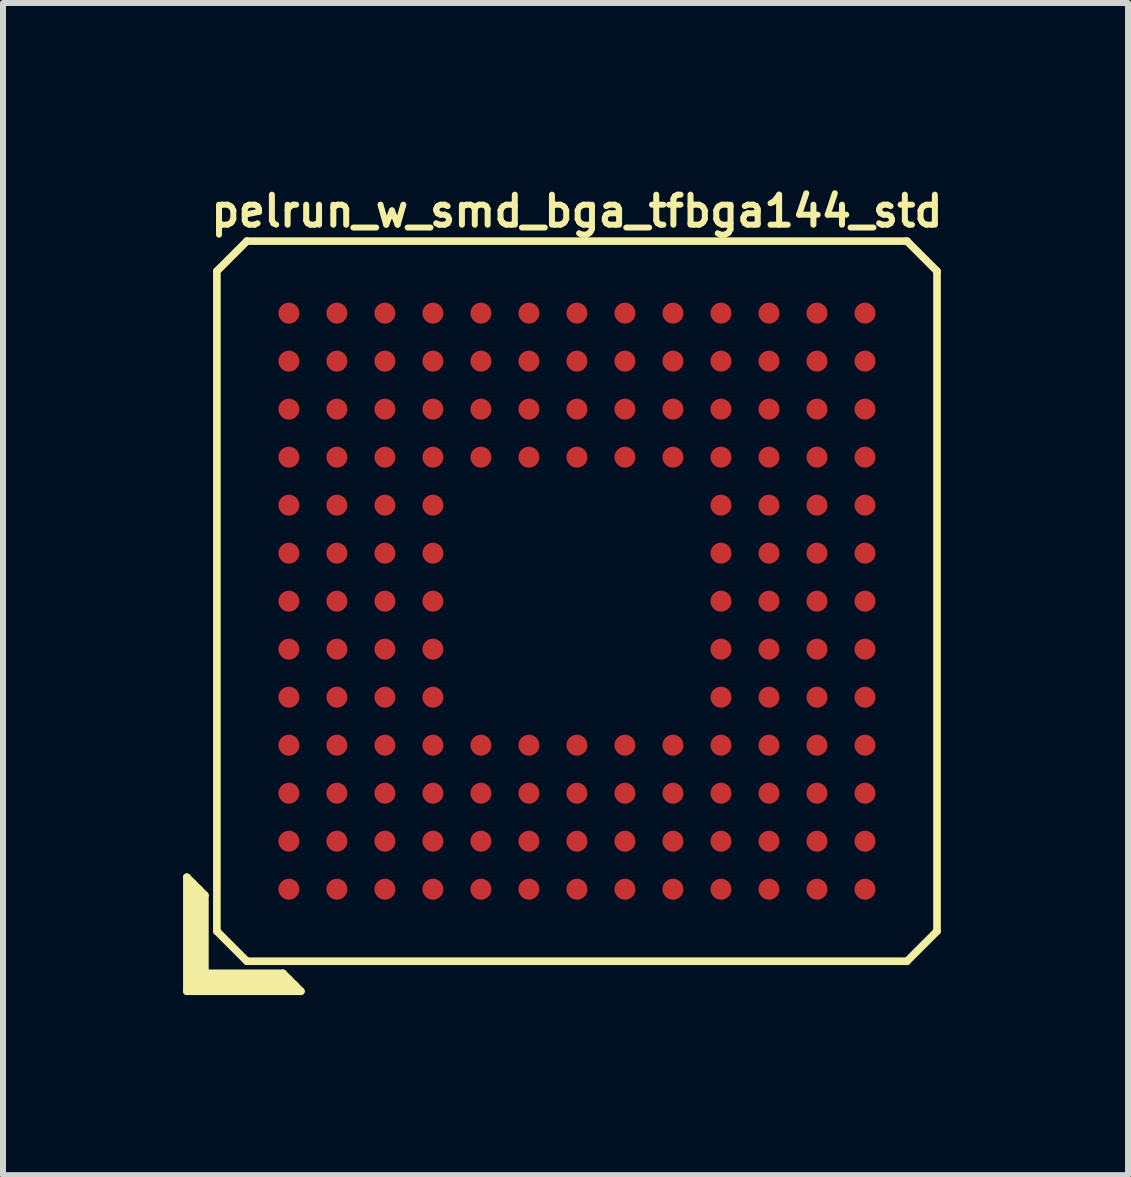
<source format=kicad_pcb>
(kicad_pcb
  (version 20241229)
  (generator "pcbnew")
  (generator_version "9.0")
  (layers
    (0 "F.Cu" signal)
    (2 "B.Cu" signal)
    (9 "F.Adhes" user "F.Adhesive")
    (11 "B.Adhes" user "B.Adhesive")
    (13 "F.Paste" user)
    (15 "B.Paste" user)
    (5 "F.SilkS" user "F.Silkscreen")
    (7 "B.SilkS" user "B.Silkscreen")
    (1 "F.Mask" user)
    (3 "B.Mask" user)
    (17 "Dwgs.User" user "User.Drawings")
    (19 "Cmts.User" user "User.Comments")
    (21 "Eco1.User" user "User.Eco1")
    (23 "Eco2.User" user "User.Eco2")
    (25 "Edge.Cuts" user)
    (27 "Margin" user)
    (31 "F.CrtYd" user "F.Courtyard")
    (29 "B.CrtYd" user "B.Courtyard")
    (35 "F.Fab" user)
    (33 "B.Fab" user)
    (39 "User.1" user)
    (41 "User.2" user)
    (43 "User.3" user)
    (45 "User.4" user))
  (footprint "pelrun_w_smd_bga_tfbga144_std"
    (layer "F.Cu")
    (at 6.564 6.968)
    (property "Reference" "pelrun_w_smd_bga_tfbga144_std" (at 0 -6.5 0) (layer "F.SilkS") (effects (font (size 0.5 0.5) (thickness 0.1))))
    (attr through_hole)
    (fp_line (start -6.5 4.6) (end -6.2 4.9) (stroke (width 0.127) (type solid)) (layer "F.SilkS"))
    (fp_line (start -6.5 6.5) (end -6.5 4.6) (stroke (width 0.127) (type solid)) (layer "F.SilkS"))
    (fp_line (start -6.4 6.4) (end -6.4 4.7) (stroke (width 0.127) (type solid)) (layer "F.SilkS"))
    (fp_line (start -6.3 4.8) (end -6.3 6.3) (stroke (width 0.127) (type solid)) (layer "F.SilkS"))
    (fp_line (start -6.3 6.3) (end -4.8 6.3) (stroke (width 0.127) (type solid)) (layer "F.SilkS"))
    (fp_line (start -6.2 4.9) (end -6.2 6.2) (stroke (width 0.127) (type solid)) (layer "F.SilkS"))
    (fp_line (start -6.2 6.2) (end -4.9 6.2) (stroke (width 0.127) (type solid)) (layer "F.SilkS"))
    (fp_line (start -6 -5.5) (end -5.5 -6) (stroke (width 0.127) (type solid)) (layer "F.SilkS"))
    (fp_line (start -6 5.5) (end -6 -5.5) (stroke (width 0.127) (type solid)) (layer "F.SilkS"))
    (fp_line (start -5.5 -6) (end 5.5 -6) (stroke (width 0.127) (type solid)) (layer "F.SilkS"))
    (fp_line (start -5.5 6) (end -6 5.5) (stroke (width 0.127) (type solid)) (layer "F.SilkS"))
    (fp_line (start -4.9 6.2) (end -4.6 6.5) (stroke (width 0.127) (type solid)) (layer "F.SilkS"))
    (fp_line (start -4.7 6.4) (end -6.4 6.4) (stroke (width 0.127) (type solid)) (layer "F.SilkS"))
    (fp_line (start -4.6 6.5) (end -6.5 6.5) (stroke (width 0.127) (type solid)) (layer "F.SilkS"))
    (fp_line (start 5.5 -6) (end 6 -5.5) (stroke (width 0.127) (type solid)) (layer "F.SilkS"))
    (fp_line (start 5.5 6) (end -5.5 6) (stroke (width 0.127) (type solid)) (layer "F.SilkS"))
    (fp_line (start 6 -5.5) (end 6 5.5) (stroke (width 0.127) (type solid)) (layer "F.SilkS"))
    (fp_line (start 6 5.5) (end 5.5 6) (stroke (width 0.127) (type solid)) (layer "F.SilkS"))
    (pad "A1" smd circle (at -4.8 4.8) (size 0.35 0.35) (layers "F.Cu" "F.Mask" "F.Paste"))
    (pad "A2" smd circle (at -4.8 4) (size 0.35 0.35) (layers "F.Cu" "F.Mask" "F.Paste"))
    (pad "A3" smd circle (at -4.8 3.2) (size 0.35 0.35) (layers "F.Cu" "F.Mask" "F.Paste"))
    (pad "A4" smd circle (at -4.8 2.4) (size 0.35 0.35) (layers "F.Cu" "F.Mask" "F.Paste"))
    (pad "A5" smd circle (at -4.8 1.6) (size 0.35 0.35) (layers "F.Cu" "F.Mask" "F.Paste"))
    (pad "A6" smd circle (at -4.8 0.8) (size 0.35 0.35) (layers "F.Cu" "F.Mask" "F.Paste"))
    (pad "A7" smd circle (at -4.8 0) (size 0.35 0.35) (layers "F.Cu" "F.Mask" "F.Paste"))
    (pad "A8" smd circle (at -4.8 -0.8) (size 0.35 0.35) (layers "F.Cu" "F.Mask" "F.Paste"))
    (pad "A9" smd circle (at -4.8 -1.6) (size 0.35 0.35) (layers "F.Cu" "F.Mask" "F.Paste"))
    (pad "A10" smd circle (at -4.8 -2.4) (size 0.35 0.35) (layers "F.Cu" "F.Mask" "F.Paste"))
    (pad "A11" smd circle (at -4.8 -3.2) (size 0.35 0.35) (layers "F.Cu" "F.Mask" "F.Paste"))
    (pad "A12" smd circle (at -4.8 -4) (size 0.35 0.35) (layers "F.Cu" "F.Mask" "F.Paste"))
    (pad "A13" smd circle (at -4.8 -4.8) (size 0.35 0.35) (layers "F.Cu" "F.Mask" "F.Paste"))
    (pad "B1" smd circle (at -4 4.8) (size 0.35 0.35) (layers "F.Cu" "F.Mask" "F.Paste"))
    (pad "B2" smd circle (at -4 4) (size 0.35 0.35) (layers "F.Cu" "F.Mask" "F.Paste"))
    (pad "B3" smd circle (at -4 3.2) (size 0.35 0.35) (layers "F.Cu" "F.Mask" "F.Paste"))
    (pad "B4" smd circle (at -4 2.4) (size 0.35 0.35) (layers "F.Cu" "F.Mask" "F.Paste"))
    (pad "B5" smd circle (at -4 1.6) (size 0.35 0.35) (layers "F.Cu" "F.Mask" "F.Paste"))
    (pad "B6" smd circle (at -4 0.8) (size 0.35 0.35) (layers "F.Cu" "F.Mask" "F.Paste"))
    (pad "B7" smd circle (at -4 0) (size 0.35 0.35) (layers "F.Cu" "F.Mask" "F.Paste"))
    (pad "B8" smd circle (at -4 -0.8) (size 0.35 0.35) (layers "F.Cu" "F.Mask" "F.Paste"))
    (pad "B9" smd circle (at -4 -1.6) (size 0.35 0.35) (layers "F.Cu" "F.Mask" "F.Paste"))
    (pad "B10" smd circle (at -4 -2.4) (size 0.35 0.35) (layers "F.Cu" "F.Mask" "F.Paste"))
    (pad "B11" smd circle (at -4 -3.2) (size 0.35 0.35) (layers "F.Cu" "F.Mask" "F.Paste"))
    (pad "B12" smd circle (at -4 -4) (size 0.35 0.35) (layers "F.Cu" "F.Mask" "F.Paste"))
    (pad "B13" smd circle (at -4 -4.8) (size 0.35 0.35) (layers "F.Cu" "F.Mask" "F.Paste"))
    (pad "C1" smd circle (at -3.2 4.8) (size 0.35 0.35) (layers "F.Cu" "F.Mask" "F.Paste"))
    (pad "C2" smd circle (at -3.2 4) (size 0.35 0.35) (layers "F.Cu" "F.Mask" "F.Paste"))
    (pad "C3" smd circle (at -3.2 3.2) (size 0.35 0.35) (layers "F.Cu" "F.Mask" "F.Paste"))
    (pad "C4" smd circle (at -3.2 2.4) (size 0.35 0.35) (layers "F.Cu" "F.Mask" "F.Paste"))
    (pad "C5" smd circle (at -3.2 1.6) (size 0.35 0.35) (layers "F.Cu" "F.Mask" "F.Paste"))
    (pad "C6" smd circle (at -3.2 0.8) (size 0.35 0.35) (layers "F.Cu" "F.Mask" "F.Paste"))
    (pad "C7" smd circle (at -3.2 0) (size 0.35 0.35) (layers "F.Cu" "F.Mask" "F.Paste"))
    (pad "C8" smd circle (at -3.2 -0.8) (size 0.35 0.35) (layers "F.Cu" "F.Mask" "F.Paste"))
    (pad "C9" smd circle (at -3.2 -1.6) (size 0.35 0.35) (layers "F.Cu" "F.Mask" "F.Paste"))
    (pad "C10" smd circle (at -3.2 -2.4) (size 0.35 0.35) (layers "F.Cu" "F.Mask" "F.Paste"))
    (pad "C11" smd circle (at -3.2 -3.2) (size 0.35 0.35) (layers "F.Cu" "F.Mask" "F.Paste"))
    (pad "C12" smd circle (at -3.2 -4) (size 0.35 0.35) (layers "F.Cu" "F.Mask" "F.Paste"))
    (pad "C13" smd circle (at -3.2 -4.8) (size 0.35 0.35) (layers "F.Cu" "F.Mask" "F.Paste"))
    (pad "D1" smd circle (at -2.4 4.8) (size 0.35 0.35) (layers "F.Cu" "F.Mask" "F.Paste"))
    (pad "D2" smd circle (at -2.4 4) (size 0.35 0.35) (layers "F.Cu" "F.Mask" "F.Paste"))
    (pad "D3" smd circle (at -2.4 3.2) (size 0.35 0.35) (layers "F.Cu" "F.Mask" "F.Paste"))
    (pad "D4" smd circle (at -2.4 2.4) (size 0.35 0.35) (layers "F.Cu" "F.Mask" "F.Paste"))
    (pad "D5" smd circle (at -2.4 1.6) (size 0.35 0.35) (layers "F.Cu" "F.Mask" "F.Paste"))
    (pad "D6" smd circle (at -2.4 0.8) (size 0.35 0.35) (layers "F.Cu" "F.Mask" "F.Paste"))
    (pad "D7" smd circle (at -2.4 0) (size 0.35 0.35) (layers "F.Cu" "F.Mask" "F.Paste"))
    (pad "D8" smd circle (at -2.4 -0.8) (size 0.35 0.35) (layers "F.Cu" "F.Mask" "F.Paste"))
    (pad "D9" smd circle (at -2.4 -1.6) (size 0.35 0.35) (layers "F.Cu" "F.Mask" "F.Paste"))
    (pad "D10" smd circle (at -2.4 -2.4) (size 0.35 0.35) (layers "F.Cu" "F.Mask" "F.Paste"))
    (pad "D11" smd circle (at -2.4 -3.2) (size 0.35 0.35) (layers "F.Cu" "F.Mask" "F.Paste"))
    (pad "D12" smd circle (at -2.4 -4) (size 0.35 0.35) (layers "F.Cu" "F.Mask" "F.Paste"))
    (pad "D13" smd circle (at -2.4 -4.8) (size 0.35 0.35) (layers "F.Cu" "F.Mask" "F.Paste"))
    (pad "E1" smd circle (at -1.6 4.8) (size 0.35 0.35) (layers "F.Cu" "F.Mask" "F.Paste"))
    (pad "E2" smd circle (at -1.6 4) (size 0.35 0.35) (layers "F.Cu" "F.Mask" "F.Paste"))
    (pad "E3" smd circle (at -1.6 3.2) (size 0.35 0.35) (layers "F.Cu" "F.Mask" "F.Paste"))
    (pad "E4" smd circle (at -1.6 2.4) (size 0.35 0.35) (layers "F.Cu" "F.Mask" "F.Paste"))
    (pad "E10" smd circle (at -1.6 -2.4) (size 0.35 0.35) (layers "F.Cu" "F.Mask" "F.Paste"))
    (pad "E11" smd circle (at -1.6 -3.2) (size 0.35 0.35) (layers "F.Cu" "F.Mask" "F.Paste"))
    (pad "E12" smd circle (at -1.6 -4) (size 0.35 0.35) (layers "F.Cu" "F.Mask" "F.Paste"))
    (pad "E13" smd circle (at -1.6 -4.8) (size 0.35 0.35) (layers "F.Cu" "F.Mask" "F.Paste"))
    (pad "F1" smd circle (at -0.8 4.8) (size 0.35 0.35) (layers "F.Cu" "F.Mask" "F.Paste"))
    (pad "F2" smd circle (at -0.8 4) (size 0.35 0.35) (layers "F.Cu" "F.Mask" "F.Paste"))
    (pad "F3" smd circle (at -0.8 3.2) (size 0.35 0.35) (layers "F.Cu" "F.Mask" "F.Paste"))
    (pad "F4" smd circle (at -0.8 2.4) (size 0.35 0.35) (layers "F.Cu" "F.Mask" "F.Paste"))
    (pad "F10" smd circle (at -0.8 -2.4) (size 0.35 0.35) (layers "F.Cu" "F.Mask" "F.Paste"))
    (pad "F11" smd circle (at -0.8 -3.2) (size 0.35 0.35) (layers "F.Cu" "F.Mask" "F.Paste"))
    (pad "F12" smd circle (at -0.8 -4) (size 0.35 0.35) (layers "F.Cu" "F.Mask" "F.Paste"))
    (pad "F13" smd circle (at -0.8 -4.8) (size 0.35 0.35) (layers "F.Cu" "F.Mask" "F.Paste"))
    (pad "G1" smd circle (at 0 4.8) (size 0.35 0.35) (layers "F.Cu" "F.Mask" "F.Paste"))
    (pad "G2" smd circle (at 0 4) (size 0.35 0.35) (layers "F.Cu" "F.Mask" "F.Paste"))
    (pad "G3" smd circle (at 0 3.2) (size 0.35 0.35) (layers "F.Cu" "F.Mask" "F.Paste"))
    (pad "G4" smd circle (at 0 2.4) (size 0.35 0.35) (layers "F.Cu" "F.Mask" "F.Paste"))
    (pad "G10" smd circle (at 0 -2.4) (size 0.35 0.35) (layers "F.Cu" "F.Mask" "F.Paste"))
    (pad "G11" smd circle (at 0 -3.2) (size 0.35 0.35) (layers "F.Cu" "F.Mask" "F.Paste"))
    (pad "G12" smd circle (at 0 -4) (size 0.35 0.35) (layers "F.Cu" "F.Mask" "F.Paste"))
    (pad "G13" smd circle (at 0 -4.8) (size 0.35 0.35) (layers "F.Cu" "F.Mask" "F.Paste"))
    (pad "H1" smd circle (at 0.8 4.8) (size 0.35 0.35) (layers "F.Cu" "F.Mask" "F.Paste"))
    (pad "H2" smd circle (at 0.8 4) (size 0.35 0.35) (layers "F.Cu" "F.Mask" "F.Paste"))
    (pad "H3" smd circle (at 0.8 3.2) (size 0.35 0.35) (layers "F.Cu" "F.Mask" "F.Paste"))
    (pad "H4" smd circle (at 0.8 2.4) (size 0.35 0.35) (layers "F.Cu" "F.Mask" "F.Paste"))
    (pad "H10" smd circle (at 0.8 -2.4) (size 0.35 0.35) (layers "F.Cu" "F.Mask" "F.Paste"))
    (pad "H11" smd circle (at 0.8 -3.2) (size 0.35 0.35) (layers "F.Cu" "F.Mask" "F.Paste"))
    (pad "H12" smd circle (at 0.8 -4) (size 0.35 0.35) (layers "F.Cu" "F.Mask" "F.Paste"))
    (pad "H13" smd circle (at 0.8 -4.8) (size 0.35 0.35) (layers "F.Cu" "F.Mask" "F.Paste"))
    (pad "J1" smd circle (at 1.6 4.8) (size 0.35 0.35) (layers "F.Cu" "F.Mask" "F.Paste"))
    (pad "J2" smd circle (at 1.6 4) (size 0.35 0.35) (layers "F.Cu" "F.Mask" "F.Paste"))
    (pad "J3" smd circle (at 1.6 3.2) (size 0.35 0.35) (layers "F.Cu" "F.Mask" "F.Paste"))
    (pad "J4" smd circle (at 1.6 2.4) (size 0.35 0.35) (layers "F.Cu" "F.Mask" "F.Paste"))
    (pad "J10" smd circle (at 1.6 -2.4) (size 0.35 0.35) (layers "F.Cu" "F.Mask" "F.Paste"))
    (pad "J11" smd circle (at 1.6 -3.2) (size 0.35 0.35) (layers "F.Cu" "F.Mask" "F.Paste"))
    (pad "J12" smd circle (at 1.6 -4) (size 0.35 0.35) (layers "F.Cu" "F.Mask" "F.Paste"))
    (pad "J13" smd circle (at 1.6 -4.8) (size 0.35 0.35) (layers "F.Cu" "F.Mask" "F.Paste"))
    (pad "K1" smd circle (at 2.4 4.8) (size 0.35 0.35) (layers "F.Cu" "F.Mask" "F.Paste"))
    (pad "K2" smd circle (at 2.4 4) (size 0.35 0.35) (layers "F.Cu" "F.Mask" "F.Paste"))
    (pad "K3" smd circle (at 2.4 3.2) (size 0.35 0.35) (layers "F.Cu" "F.Mask" "F.Paste"))
    (pad "K4" smd circle (at 2.4 2.4) (size 0.35 0.35) (layers "F.Cu" "F.Mask" "F.Paste"))
    (pad "K5" smd circle (at 2.4 1.6) (size 0.35 0.35) (layers "F.Cu" "F.Mask" "F.Paste"))
    (pad "K6" smd circle (at 2.4 0.8) (size 0.35 0.35) (layers "F.Cu" "F.Mask" "F.Paste"))
    (pad "K7" smd circle (at 2.4 0) (size 0.35 0.35) (layers "F.Cu" "F.Mask" "F.Paste"))
    (pad "K8" smd circle (at 2.4 -0.8) (size 0.35 0.35) (layers "F.Cu" "F.Mask" "F.Paste"))
    (pad "K9" smd circle (at 2.4 -1.6) (size 0.35 0.35) (layers "F.Cu" "F.Mask" "F.Paste"))
    (pad "K10" smd circle (at 2.4 -2.4) (size 0.35 0.35) (layers "F.Cu" "F.Mask" "F.Paste"))
    (pad "K11" smd circle (at 2.4 -3.2) (size 0.35 0.35) (layers "F.Cu" "F.Mask" "F.Paste"))
    (pad "K12" smd circle (at 2.4 -4) (size 0.35 0.35) (layers "F.Cu" "F.Mask" "F.Paste"))
    (pad "K13" smd circle (at 2.4 -4.8) (size 0.35 0.35) (layers "F.Cu" "F.Mask" "F.Paste"))
    (pad "L1" smd circle (at 3.2 4.8) (size 0.35 0.35) (layers "F.Cu" "F.Mask" "F.Paste"))
    (pad "L2" smd circle (at 3.2 4) (size 0.35 0.35) (layers "F.Cu" "F.Mask" "F.Paste"))
    (pad "L3" smd circle (at 3.2 3.2) (size 0.35 0.35) (layers "F.Cu" "F.Mask" "F.Paste"))
    (pad "L4" smd circle (at 3.2 2.4) (size 0.35 0.35) (layers "F.Cu" "F.Mask" "F.Paste"))
    (pad "L5" smd circle (at 3.2 1.6) (size 0.35 0.35) (layers "F.Cu" "F.Mask" "F.Paste"))
    (pad "L6" smd circle (at 3.2 0.8) (size 0.35 0.35) (layers "F.Cu" "F.Mask" "F.Paste"))
    (pad "L7" smd circle (at 3.2 0) (size 0.35 0.35) (layers "F.Cu" "F.Mask" "F.Paste"))
    (pad "L8" smd circle (at 3.2 -0.8) (size 0.35 0.35) (layers "F.Cu" "F.Mask" "F.Paste"))
    (pad "L9" smd circle (at 3.2 -1.6) (size 0.35 0.35) (layers "F.Cu" "F.Mask" "F.Paste"))
    (pad "L10" smd circle (at 3.2 -2.4) (size 0.35 0.35) (layers "F.Cu" "F.Mask" "F.Paste"))
    (pad "L11" smd circle (at 3.2 -3.2) (size 0.35 0.35) (layers "F.Cu" "F.Mask" "F.Paste"))
    (pad "L12" smd circle (at 3.2 -4) (size 0.35 0.35) (layers "F.Cu" "F.Mask" "F.Paste"))
    (pad "L13" smd circle (at 3.2 -4.8) (size 0.35 0.35) (layers "F.Cu" "F.Mask" "F.Paste"))
    (pad "M1" smd circle (at 4 4.8) (size 0.35 0.35) (layers "F.Cu" "F.Mask" "F.Paste"))
    (pad "M2" smd circle (at 4 4) (size 0.35 0.35) (layers "F.Cu" "F.Mask" "F.Paste"))
    (pad "M3" smd circle (at 4 3.2) (size 0.35 0.35) (layers "F.Cu" "F.Mask" "F.Paste"))
    (pad "M4" smd circle (at 4 2.4) (size 0.35 0.35) (layers "F.Cu" "F.Mask" "F.Paste"))
    (pad "M5" smd circle (at 4 1.6) (size 0.35 0.35) (layers "F.Cu" "F.Mask" "F.Paste"))
    (pad "M6" smd circle (at 4 0.8) (size 0.35 0.35) (layers "F.Cu" "F.Mask" "F.Paste"))
    (pad "M7" smd circle (at 4 0) (size 0.35 0.35) (layers "F.Cu" "F.Mask" "F.Paste"))
    (pad "M8" smd circle (at 4 -0.8) (size 0.35 0.35) (layers "F.Cu" "F.Mask" "F.Paste"))
    (pad "M9" smd circle (at 4 -1.6) (size 0.35 0.35) (layers "F.Cu" "F.Mask" "F.Paste"))
    (pad "M10" smd circle (at 4 -2.4) (size 0.35 0.35) (layers "F.Cu" "F.Mask" "F.Paste"))
    (pad "M11" smd circle (at 4 -3.2) (size 0.35 0.35) (layers "F.Cu" "F.Mask" "F.Paste"))
    (pad "M12" smd circle (at 4 -4) (size 0.35 0.35) (layers "F.Cu" "F.Mask" "F.Paste"))
    (pad "M13" smd circle (at 4 -4.8) (size 0.35 0.35) (layers "F.Cu" "F.Mask" "F.Paste"))
    (pad "N1" smd circle (at 4.8 4.8) (size 0.35 0.35) (layers "F.Cu" "F.Mask" "F.Paste"))
    (pad "N2" smd circle (at 4.8 4) (size 0.35 0.35) (layers "F.Cu" "F.Mask" "F.Paste"))
    (pad "N3" smd circle (at 4.8 3.2) (size 0.35 0.35) (layers "F.Cu" "F.Mask" "F.Paste"))
    (pad "N4" smd circle (at 4.8 2.4) (size 0.35 0.35) (layers "F.Cu" "F.Mask" "F.Paste"))
    (pad "N5" smd circle (at 4.8 1.6) (size 0.35 0.35) (layers "F.Cu" "F.Mask" "F.Paste"))
    (pad "N6" smd circle (at 4.8 0.8) (size 0.35 0.35) (layers "F.Cu" "F.Mask" "F.Paste"))
    (pad "N7" smd circle (at 4.8 0) (size 0.35 0.35) (layers "F.Cu" "F.Mask" "F.Paste"))
    (pad "N8" smd circle (at 4.8 -0.8) (size 0.35 0.35) (layers "F.Cu" "F.Mask" "F.Paste"))
    (pad "N9" smd circle (at 4.8 -1.6) (size 0.35 0.35) (layers "F.Cu" "F.Mask" "F.Paste"))
    (pad "N10" smd circle (at 4.8 -2.4) (size 0.35 0.35) (layers "F.Cu" "F.Mask" "F.Paste"))
    (pad "N11" smd circle (at 4.8 -3.2) (size 0.35 0.35) (layers "F.Cu" "F.Mask" "F.Paste"))
    (pad "N12" smd circle (at 4.8 -4) (size 0.35 0.35) (layers "F.Cu" "F.Mask" "F.Paste"))
    (pad "N13" smd circle (at 4.8 -4.8) (size 0.35 0.35) (layers "F.Cu" "F.Mask" "F.Paste")))
  (gr_rect
    (start -3 -3)
    (end 15.747 16.532)
    (stroke (width 0.1) (type default))
    (fill no)
    (layer "Edge.Cuts")))
</source>
